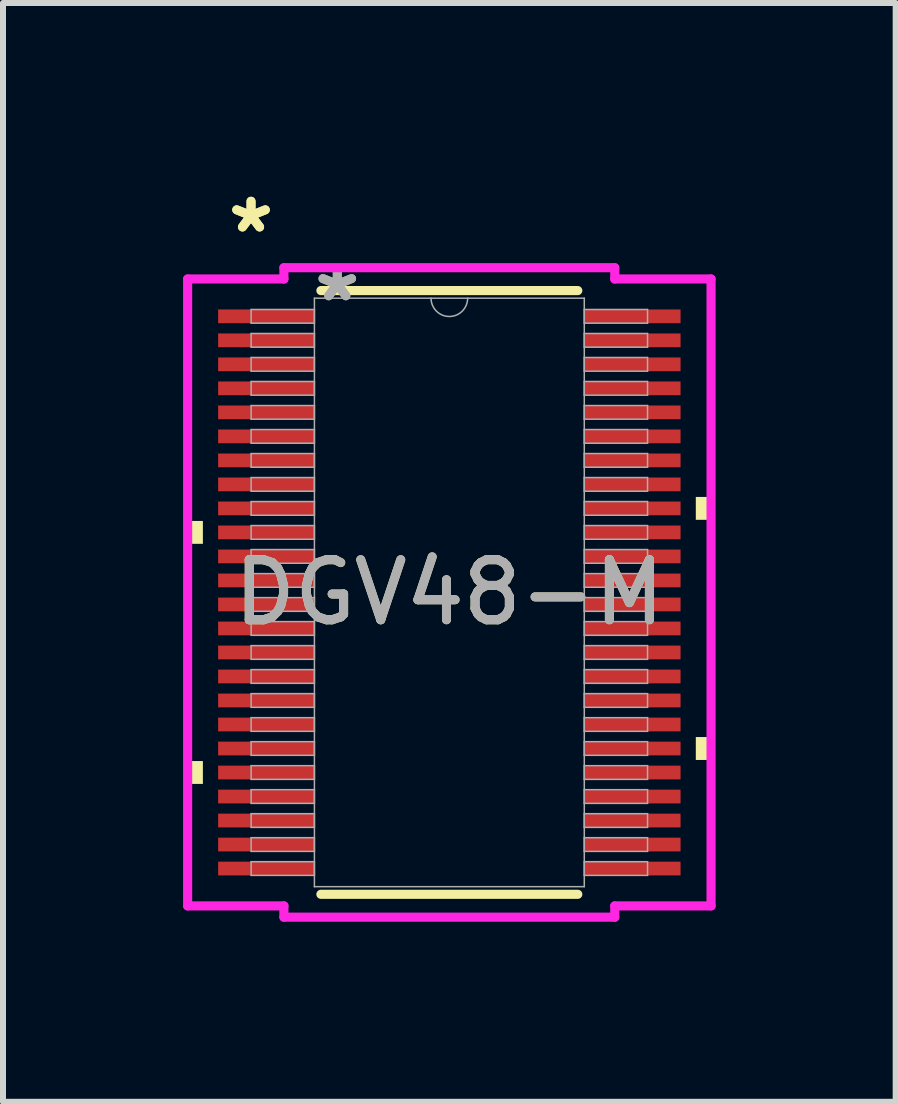
<source format=kicad_pcb>
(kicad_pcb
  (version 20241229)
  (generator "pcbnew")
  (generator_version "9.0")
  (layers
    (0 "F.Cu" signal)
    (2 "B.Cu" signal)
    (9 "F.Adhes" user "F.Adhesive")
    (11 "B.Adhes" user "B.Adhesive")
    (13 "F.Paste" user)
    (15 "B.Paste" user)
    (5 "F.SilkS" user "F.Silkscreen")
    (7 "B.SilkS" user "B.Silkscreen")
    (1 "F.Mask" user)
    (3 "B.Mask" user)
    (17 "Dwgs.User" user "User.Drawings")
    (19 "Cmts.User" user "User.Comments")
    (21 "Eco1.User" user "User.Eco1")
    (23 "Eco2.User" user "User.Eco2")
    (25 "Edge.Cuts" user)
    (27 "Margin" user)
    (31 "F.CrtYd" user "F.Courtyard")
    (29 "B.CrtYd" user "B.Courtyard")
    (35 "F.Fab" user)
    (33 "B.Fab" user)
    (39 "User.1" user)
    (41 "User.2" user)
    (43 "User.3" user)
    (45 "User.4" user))
  (footprint "DGV48-M"
    (layer "F.Cu")
    (at 4.436 6.82)
    (property "Reference" "DGV48-M" (at 0 0 0) (unlocked yes) (layer "F.SilkS") (effects (font (size 1 1) (thickness 0.15))))
    (attr smd)
    (fp_line (start -2.14 5.029) (end 2.14 5.029) (stroke (width 0.152) (type solid)) (layer "F.SilkS"))
    (fp_line (start 2.14 -5.029) (end -2.14 -5.029) (stroke (width 0.152) (type solid)) (layer "F.SilkS"))
    (fp_poly (pts (xy -4.36 -1.191) (xy -4.36 -0.81) (xy -4.106 -0.81) (xy -4.106 -1.191)) (stroke (width 0) (type solid)) (fill yes) (layer "F.SilkS"))
    (fp_poly (pts (xy -4.36 2.809) (xy -4.36 3.19) (xy -4.106 3.19) (xy -4.106 2.809)) (stroke (width 0) (type solid)) (fill yes) (layer "F.SilkS"))
    (fp_poly (pts (xy 4.36 -1.591) (xy 4.36 -1.21) (xy 4.106 -1.21) (xy 4.106 -1.591)) (stroke (width 0) (type solid)) (fill yes) (layer "F.SilkS"))
    (fp_poly (pts (xy 4.36 2.409) (xy 4.36 2.791) (xy 4.106 2.791) (xy 4.106 2.409)) (stroke (width 0) (type solid)) (fill yes) (layer "F.SilkS"))
    (fp_line (start -4.36 -5.222) (end -2.756 -5.222) (stroke (width 0.152) (type solid)) (layer "F.CrtYd"))
    (fp_line (start -4.36 5.222) (end -4.36 -5.222) (stroke (width 0.152) (type solid)) (layer "F.CrtYd"))
    (fp_line (start -4.36 5.222) (end -2.756 5.222) (stroke (width 0.152) (type solid)) (layer "F.CrtYd"))
    (fp_line (start -2.756 -5.41) (end 2.756 -5.41) (stroke (width 0.152) (type solid)) (layer "F.CrtYd"))
    (fp_line (start -2.756 -5.222) (end -2.756 -5.41) (stroke (width 0.152) (type solid)) (layer "F.CrtYd"))
    (fp_line (start -2.756 5.41) (end -2.756 5.222) (stroke (width 0.152) (type solid)) (layer "F.CrtYd"))
    (fp_line (start 2.756 -5.41) (end 2.756 -5.222) (stroke (width 0.152) (type solid)) (layer "F.CrtYd"))
    (fp_line (start 2.756 5.222) (end 2.756 5.41) (stroke (width 0.152) (type solid)) (layer "F.CrtYd"))
    (fp_line (start 2.756 5.41) (end -2.756 5.41) (stroke (width 0.152) (type solid)) (layer "F.CrtYd"))
    (fp_line (start 4.36 -5.222) (end 2.756 -5.222) (stroke (width 0.152) (type solid)) (layer "F.CrtYd"))
    (fp_line (start 4.36 -5.222) (end 4.36 5.222) (stroke (width 0.152) (type solid)) (layer "F.CrtYd"))
    (fp_line (start 4.36 5.222) (end 2.756 5.222) (stroke (width 0.152) (type solid)) (layer "F.CrtYd"))
    (fp_line (start -3.302 -4.714) (end -3.302 -4.486) (stroke (width 0.025) (type solid)) (layer "F.Fab"))
    (fp_line (start -3.302 -4.486) (end -2.248 -4.486) (stroke (width 0.025) (type solid)) (layer "F.Fab"))
    (fp_line (start -3.302 -4.314) (end -3.302 -4.086) (stroke (width 0.025) (type solid)) (layer "F.Fab"))
    (fp_line (start -3.302 -4.086) (end -2.248 -4.086) (stroke (width 0.025) (type solid)) (layer "F.Fab"))
    (fp_line (start -3.302 -3.914) (end -3.302 -3.686) (stroke (width 0.025) (type solid)) (layer "F.Fab"))
    (fp_line (start -3.302 -3.686) (end -2.248 -3.686) (stroke (width 0.025) (type solid)) (layer "F.Fab"))
    (fp_line (start -3.302 -3.514) (end -3.302 -3.286) (stroke (width 0.025) (type solid)) (layer "F.Fab"))
    (fp_line (start -3.302 -3.286) (end -2.248 -3.286) (stroke (width 0.025) (type solid)) (layer "F.Fab"))
    (fp_line (start -3.302 -3.114) (end -3.302 -2.886) (stroke (width 0.025) (type solid)) (layer "F.Fab"))
    (fp_line (start -3.302 -2.886) (end -2.248 -2.886) (stroke (width 0.025) (type solid)) (layer "F.Fab"))
    (fp_line (start -3.302 -2.714) (end -3.302 -2.486) (stroke (width 0.025) (type solid)) (layer "F.Fab"))
    (fp_line (start -3.302 -2.486) (end -2.248 -2.486) (stroke (width 0.025) (type solid)) (layer "F.Fab"))
    (fp_line (start -3.302 -2.314) (end -3.302 -2.086) (stroke (width 0.025) (type solid)) (layer "F.Fab"))
    (fp_line (start -3.302 -2.086) (end -2.248 -2.086) (stroke (width 0.025) (type solid)) (layer "F.Fab"))
    (fp_line (start -3.302 -1.914) (end -3.302 -1.686) (stroke (width 0.025) (type solid)) (layer "F.Fab"))
    (fp_line (start -3.302 -1.686) (end -2.248 -1.686) (stroke (width 0.025) (type solid)) (layer "F.Fab"))
    (fp_line (start -3.302 -1.514) (end -3.302 -1.286) (stroke (width 0.025) (type solid)) (layer "F.Fab"))
    (fp_line (start -3.302 -1.286) (end -2.248 -1.286) (stroke (width 0.025) (type solid)) (layer "F.Fab"))
    (fp_line (start -3.302 -1.114) (end -3.302 -0.886) (stroke (width 0.025) (type solid)) (layer "F.Fab"))
    (fp_line (start -3.302 -0.886) (end -2.248 -0.886) (stroke (width 0.025) (type solid)) (layer "F.Fab"))
    (fp_line (start -3.302 -0.714) (end -3.302 -0.486) (stroke (width 0.025) (type solid)) (layer "F.Fab"))
    (fp_line (start -3.302 -0.486) (end -2.248 -0.486) (stroke (width 0.025) (type solid)) (layer "F.Fab"))
    (fp_line (start -3.302 -0.314) (end -3.302 -0.086) (stroke (width 0.025) (type solid)) (layer "F.Fab"))
    (fp_line (start -3.302 -0.086) (end -2.248 -0.086) (stroke (width 0.025) (type solid)) (layer "F.Fab"))
    (fp_line (start -3.302 0.086) (end -3.302 0.314) (stroke (width 0.025) (type solid)) (layer "F.Fab"))
    (fp_line (start -3.302 0.314) (end -2.248 0.314) (stroke (width 0.025) (type solid)) (layer "F.Fab"))
    (fp_line (start -3.302 0.486) (end -3.302 0.714) (stroke (width 0.025) (type solid)) (layer "F.Fab"))
    (fp_line (start -3.302 0.714) (end -2.248 0.714) (stroke (width 0.025) (type solid)) (layer "F.Fab"))
    (fp_line (start -3.302 0.886) (end -3.302 1.114) (stroke (width 0.025) (type solid)) (layer "F.Fab"))
    (fp_line (start -3.302 1.114) (end -2.248 1.114) (stroke (width 0.025) (type solid)) (layer "F.Fab"))
    (fp_line (start -3.302 1.286) (end -3.302 1.514) (stroke (width 0.025) (type solid)) (layer "F.Fab"))
    (fp_line (start -3.302 1.514) (end -2.248 1.514) (stroke (width 0.025) (type solid)) (layer "F.Fab"))
    (fp_line (start -3.302 1.686) (end -3.302 1.914) (stroke (width 0.025) (type solid)) (layer "F.Fab"))
    (fp_line (start -3.302 1.914) (end -2.248 1.914) (stroke (width 0.025) (type solid)) (layer "F.Fab"))
    (fp_line (start -3.302 2.086) (end -3.302 2.314) (stroke (width 0.025) (type solid)) (layer "F.Fab"))
    (fp_line (start -3.302 2.314) (end -2.248 2.314) (stroke (width 0.025) (type solid)) (layer "F.Fab"))
    (fp_line (start -3.302 2.486) (end -3.302 2.714) (stroke (width 0.025) (type solid)) (layer "F.Fab"))
    (fp_line (start -3.302 2.714) (end -2.248 2.714) (stroke (width 0.025) (type solid)) (layer "F.Fab"))
    (fp_line (start -3.302 2.886) (end -3.302 3.114) (stroke (width 0.025) (type solid)) (layer "F.Fab"))
    (fp_line (start -3.302 3.114) (end -2.248 3.114) (stroke (width 0.025) (type solid)) (layer "F.Fab"))
    (fp_line (start -3.302 3.286) (end -3.302 3.514) (stroke (width 0.025) (type solid)) (layer "F.Fab"))
    (fp_line (start -3.302 3.514) (end -2.248 3.514) (stroke (width 0.025) (type solid)) (layer "F.Fab"))
    (fp_line (start -3.302 3.686) (end -3.302 3.914) (stroke (width 0.025) (type solid)) (layer "F.Fab"))
    (fp_line (start -3.302 3.914) (end -2.248 3.914) (stroke (width 0.025) (type solid)) (layer "F.Fab"))
    (fp_line (start -3.302 4.086) (end -3.302 4.314) (stroke (width 0.025) (type solid)) (layer "F.Fab"))
    (fp_line (start -3.302 4.314) (end -2.248 4.314) (stroke (width 0.025) (type solid)) (layer "F.Fab"))
    (fp_line (start -3.302 4.486) (end -3.302 4.714) (stroke (width 0.025) (type solid)) (layer "F.Fab"))
    (fp_line (start -3.302 4.714) (end -2.248 4.714) (stroke (width 0.025) (type solid)) (layer "F.Fab"))
    (fp_line (start -2.248 -4.902) (end -2.248 4.902) (stroke (width 0.025) (type solid)) (layer "F.Fab"))
    (fp_line (start -2.248 -4.714) (end -3.302 -4.714) (stroke (width 0.025) (type solid)) (layer "F.Fab"))
    (fp_line (start -2.248 -4.486) (end -2.248 -4.714) (stroke (width 0.025) (type solid)) (layer "F.Fab"))
    (fp_line (start -2.248 -4.314) (end -3.302 -4.314) (stroke (width 0.025) (type solid)) (layer "F.Fab"))
    (fp_line (start -2.248 -4.086) (end -2.248 -4.314) (stroke (width 0.025) (type solid)) (layer "F.Fab"))
    (fp_line (start -2.248 -3.914) (end -3.302 -3.914) (stroke (width 0.025) (type solid)) (layer "F.Fab"))
    (fp_line (start -2.248 -3.686) (end -2.248 -3.914) (stroke (width 0.025) (type solid)) (layer "F.Fab"))
    (fp_line (start -2.248 -3.514) (end -3.302 -3.514) (stroke (width 0.025) (type solid)) (layer "F.Fab"))
    (fp_line (start -2.248 -3.286) (end -2.248 -3.514) (stroke (width 0.025) (type solid)) (layer "F.Fab"))
    (fp_line (start -2.248 -3.114) (end -3.302 -3.114) (stroke (width 0.025) (type solid)) (layer "F.Fab"))
    (fp_line (start -2.248 -2.886) (end -2.248 -3.114) (stroke (width 0.025) (type solid)) (layer "F.Fab"))
    (fp_line (start -2.248 -2.714) (end -3.302 -2.714) (stroke (width 0.025) (type solid)) (layer "F.Fab"))
    (fp_line (start -2.248 -2.486) (end -2.248 -2.714) (stroke (width 0.025) (type solid)) (layer "F.Fab"))
    (fp_line (start -2.248 -2.314) (end -3.302 -2.314) (stroke (width 0.025) (type solid)) (layer "F.Fab"))
    (fp_line (start -2.248 -2.086) (end -2.248 -2.314) (stroke (width 0.025) (type solid)) (layer "F.Fab"))
    (fp_line (start -2.248 -1.914) (end -3.302 -1.914) (stroke (width 0.025) (type solid)) (layer "F.Fab"))
    (fp_line (start -2.248 -1.686) (end -2.248 -1.914) (stroke (width 0.025) (type solid)) (layer "F.Fab"))
    (fp_line (start -2.248 -1.514) (end -3.302 -1.514) (stroke (width 0.025) (type solid)) (layer "F.Fab"))
    (fp_line (start -2.248 -1.286) (end -2.248 -1.514) (stroke (width 0.025) (type solid)) (layer "F.Fab"))
    (fp_line (start -2.248 -1.114) (end -3.302 -1.114) (stroke (width 0.025) (type solid)) (layer "F.Fab"))
    (fp_line (start -2.248 -0.886) (end -2.248 -1.114) (stroke (width 0.025) (type solid)) (layer "F.Fab"))
    (fp_line (start -2.248 -0.714) (end -3.302 -0.714) (stroke (width 0.025) (type solid)) (layer "F.Fab"))
    (fp_line (start -2.248 -0.486) (end -2.248 -0.714) (stroke (width 0.025) (type solid)) (layer "F.Fab"))
    (fp_line (start -2.248 -0.314) (end -3.302 -0.314) (stroke (width 0.025) (type solid)) (layer "F.Fab"))
    (fp_line (start -2.248 -0.086) (end -2.248 -0.314) (stroke (width 0.025) (type solid)) (layer "F.Fab"))
    (fp_line (start -2.248 0.086) (end -3.302 0.086) (stroke (width 0.025) (type solid)) (layer "F.Fab"))
    (fp_line (start -2.248 0.314) (end -2.248 0.086) (stroke (width 0.025) (type solid)) (layer "F.Fab"))
    (fp_line (start -2.248 0.486) (end -3.302 0.486) (stroke (width 0.025) (type solid)) (layer "F.Fab"))
    (fp_line (start -2.248 0.714) (end -2.248 0.486) (stroke (width 0.025) (type solid)) (layer "F.Fab"))
    (fp_line (start -2.248 0.886) (end -3.302 0.886) (stroke (width 0.025) (type solid)) (layer "F.Fab"))
    (fp_line (start -2.248 1.114) (end -2.248 0.886) (stroke (width 0.025) (type solid)) (layer "F.Fab"))
    (fp_line (start -2.248 1.286) (end -3.302 1.286) (stroke (width 0.025) (type solid)) (layer "F.Fab"))
    (fp_line (start -2.248 1.514) (end -2.248 1.286) (stroke (width 0.025) (type solid)) (layer "F.Fab"))
    (fp_line (start -2.248 1.686) (end -3.302 1.686) (stroke (width 0.025) (type solid)) (layer "F.Fab"))
    (fp_line (start -2.248 1.914) (end -2.248 1.686) (stroke (width 0.025) (type solid)) (layer "F.Fab"))
    (fp_line (start -2.248 2.086) (end -3.302 2.086) (stroke (width 0.025) (type solid)) (layer "F.Fab"))
    (fp_line (start -2.248 2.314) (end -2.248 2.086) (stroke (width 0.025) (type solid)) (layer "F.Fab"))
    (fp_line (start -2.248 2.486) (end -3.302 2.486) (stroke (width 0.025) (type solid)) (layer "F.Fab"))
    (fp_line (start -2.248 2.714) (end -2.248 2.486) (stroke (width 0.025) (type solid)) (layer "F.Fab"))
    (fp_line (start -2.248 2.886) (end -3.302 2.886) (stroke (width 0.025) (type solid)) (layer "F.Fab"))
    (fp_line (start -2.248 3.114) (end -2.248 2.886) (stroke (width 0.025) (type solid)) (layer "F.Fab"))
    (fp_line (start -2.248 3.286) (end -3.302 3.286) (stroke (width 0.025) (type solid)) (layer "F.Fab"))
    (fp_line (start -2.248 3.514) (end -2.248 3.286) (stroke (width 0.025) (type solid)) (layer "F.Fab"))
    (fp_line (start -2.248 3.686) (end -3.302 3.686) (stroke (width 0.025) (type solid)) (layer "F.Fab"))
    (fp_line (start -2.248 3.914) (end -2.248 3.686) (stroke (width 0.025) (type solid)) (layer "F.Fab"))
    (fp_line (start -2.248 4.086) (end -3.302 4.086) (stroke (width 0.025) (type solid)) (layer "F.Fab"))
    (fp_line (start -2.248 4.314) (end -2.248 4.086) (stroke (width 0.025) (type solid)) (layer "F.Fab"))
    (fp_line (start -2.248 4.486) (end -3.302 4.486) (stroke (width 0.025) (type solid)) (layer "F.Fab"))
    (fp_line (start -2.248 4.714) (end -2.248 4.486) (stroke (width 0.025) (type solid)) (layer "F.Fab"))
    (fp_line (start -2.248 4.902) (end 2.248 4.902) (stroke (width 0.025) (type solid)) (layer "F.Fab"))
    (fp_line (start 2.248 -4.902) (end -2.248 -4.902) (stroke (width 0.025) (type solid)) (layer "F.Fab"))
    (fp_line (start 2.248 -4.714) (end 2.248 -4.486) (stroke (width 0.025) (type solid)) (layer "F.Fab"))
    (fp_line (start 2.248 -4.486) (end 3.302 -4.486) (stroke (width 0.025) (type solid)) (layer "F.Fab"))
    (fp_line (start 2.248 -4.314) (end 2.248 -4.086) (stroke (width 0.025) (type solid)) (layer "F.Fab"))
    (fp_line (start 2.248 -4.086) (end 3.302 -4.086) (stroke (width 0.025) (type solid)) (layer "F.Fab"))
    (fp_line (start 2.248 -3.914) (end 2.248 -3.686) (stroke (width 0.025) (type solid)) (layer "F.Fab"))
    (fp_line (start 2.248 -3.686) (end 3.302 -3.686) (stroke (width 0.025) (type solid)) (layer "F.Fab"))
    (fp_line (start 2.248 -3.514) (end 2.248 -3.286) (stroke (width 0.025) (type solid)) (layer "F.Fab"))
    (fp_line (start 2.248 -3.286) (end 3.302 -3.286) (stroke (width 0.025) (type solid)) (layer "F.Fab"))
    (fp_line (start 2.248 -3.114) (end 2.248 -2.886) (stroke (width 0.025) (type solid)) (layer "F.Fab"))
    (fp_line (start 2.248 -2.886) (end 3.302 -2.886) (stroke (width 0.025) (type solid)) (layer "F.Fab"))
    (fp_line (start 2.248 -2.714) (end 2.248 -2.486) (stroke (width 0.025) (type solid)) (layer "F.Fab"))
    (fp_line (start 2.248 -2.486) (end 3.302 -2.486) (stroke (width 0.025) (type solid)) (layer "F.Fab"))
    (fp_line (start 2.248 -2.314) (end 2.248 -2.086) (stroke (width 0.025) (type solid)) (layer "F.Fab"))
    (fp_line (start 2.248 -2.086) (end 3.302 -2.086) (stroke (width 0.025) (type solid)) (layer "F.Fab"))
    (fp_line (start 2.248 -1.914) (end 2.248 -1.686) (stroke (width 0.025) (type solid)) (layer "F.Fab"))
    (fp_line (start 2.248 -1.686) (end 3.302 -1.686) (stroke (width 0.025) (type solid)) (layer "F.Fab"))
    (fp_line (start 2.248 -1.514) (end 2.248 -1.286) (stroke (width 0.025) (type solid)) (layer "F.Fab"))
    (fp_line (start 2.248 -1.286) (end 3.302 -1.286) (stroke (width 0.025) (type solid)) (layer "F.Fab"))
    (fp_line (start 2.248 -1.114) (end 2.248 -0.886) (stroke (width 0.025) (type solid)) (layer "F.Fab"))
    (fp_line (start 2.248 -0.886) (end 3.302 -0.886) (stroke (width 0.025) (type solid)) (layer "F.Fab"))
    (fp_line (start 2.248 -0.714) (end 2.248 -0.486) (stroke (width 0.025) (type solid)) (layer "F.Fab"))
    (fp_line (start 2.248 -0.486) (end 3.302 -0.486) (stroke (width 0.025) (type solid)) (layer "F.Fab"))
    (fp_line (start 2.248 -0.314) (end 2.248 -0.086) (stroke (width 0.025) (type solid)) (layer "F.Fab"))
    (fp_line (start 2.248 -0.086) (end 3.302 -0.086) (stroke (width 0.025) (type solid)) (layer "F.Fab"))
    (fp_line (start 2.248 0.086) (end 2.248 0.314) (stroke (width 0.025) (type solid)) (layer "F.Fab"))
    (fp_line (start 2.248 0.314) (end 3.302 0.314) (stroke (width 0.025) (type solid)) (layer "F.Fab"))
    (fp_line (start 2.248 0.486) (end 2.248 0.714) (stroke (width 0.025) (type solid)) (layer "F.Fab"))
    (fp_line (start 2.248 0.714) (end 3.302 0.714) (stroke (width 0.025) (type solid)) (layer "F.Fab"))
    (fp_line (start 2.248 0.886) (end 2.248 1.114) (stroke (width 0.025) (type solid)) (layer "F.Fab"))
    (fp_line (start 2.248 1.114) (end 3.302 1.114) (stroke (width 0.025) (type solid)) (layer "F.Fab"))
    (fp_line (start 2.248 1.286) (end 2.248 1.514) (stroke (width 0.025) (type solid)) (layer "F.Fab"))
    (fp_line (start 2.248 1.514) (end 3.302 1.514) (stroke (width 0.025) (type solid)) (layer "F.Fab"))
    (fp_line (start 2.248 1.686) (end 2.248 1.914) (stroke (width 0.025) (type solid)) (layer "F.Fab"))
    (fp_line (start 2.248 1.914) (end 3.302 1.914) (stroke (width 0.025) (type solid)) (layer "F.Fab"))
    (fp_line (start 2.248 2.086) (end 2.248 2.314) (stroke (width 0.025) (type solid)) (layer "F.Fab"))
    (fp_line (start 2.248 2.314) (end 3.302 2.314) (stroke (width 0.025) (type solid)) (layer "F.Fab"))
    (fp_line (start 2.248 2.486) (end 2.248 2.714) (stroke (width 0.025) (type solid)) (layer "F.Fab"))
    (fp_line (start 2.248 2.714) (end 3.302 2.714) (stroke (width 0.025) (type solid)) (layer "F.Fab"))
    (fp_line (start 2.248 2.886) (end 2.248 3.114) (stroke (width 0.025) (type solid)) (layer "F.Fab"))
    (fp_line (start 2.248 3.114) (end 3.302 3.114) (stroke (width 0.025) (type solid)) (layer "F.Fab"))
    (fp_line (start 2.248 3.286) (end 2.248 3.514) (stroke (width 0.025) (type solid)) (layer "F.Fab"))
    (fp_line (start 2.248 3.514) (end 3.302 3.514) (stroke (width 0.025) (type solid)) (layer "F.Fab"))
    (fp_line (start 2.248 3.686) (end 2.248 3.914) (stroke (width 0.025) (type solid)) (layer "F.Fab"))
    (fp_line (start 2.248 3.914) (end 3.302 3.914) (stroke (width 0.025) (type solid)) (layer "F.Fab"))
    (fp_line (start 2.248 4.086) (end 2.248 4.314) (stroke (width 0.025) (type solid)) (layer "F.Fab"))
    (fp_line (start 2.248 4.314) (end 3.302 4.314) (stroke (width 0.025) (type solid)) (layer "F.Fab"))
    (fp_line (start 2.248 4.486) (end 2.248 4.714) (stroke (width 0.025) (type solid)) (layer "F.Fab"))
    (fp_line (start 2.248 4.714) (end 3.302 4.714) (stroke (width 0.025) (type solid)) (layer "F.Fab"))
    (fp_line (start 2.248 4.902) (end 2.248 -4.902) (stroke (width 0.025) (type solid)) (layer "F.Fab"))
    (fp_line (start 3.302 -4.714) (end 2.248 -4.714) (stroke (width 0.025) (type solid)) (layer "F.Fab"))
    (fp_line (start 3.302 -4.486) (end 3.302 -4.714) (stroke (width 0.025) (type solid)) (layer "F.Fab"))
    (fp_line (start 3.302 -4.314) (end 2.248 -4.314) (stroke (width 0.025) (type solid)) (layer "F.Fab"))
    (fp_line (start 3.302 -4.086) (end 3.302 -4.314) (stroke (width 0.025) (type solid)) (layer "F.Fab"))
    (fp_line (start 3.302 -3.914) (end 2.248 -3.914) (stroke (width 0.025) (type solid)) (layer "F.Fab"))
    (fp_line (start 3.302 -3.686) (end 3.302 -3.914) (stroke (width 0.025) (type solid)) (layer "F.Fab"))
    (fp_line (start 3.302 -3.514) (end 2.248 -3.514) (stroke (width 0.025) (type solid)) (layer "F.Fab"))
    (fp_line (start 3.302 -3.286) (end 3.302 -3.514) (stroke (width 0.025) (type solid)) (layer "F.Fab"))
    (fp_line (start 3.302 -3.114) (end 2.248 -3.114) (stroke (width 0.025) (type solid)) (layer "F.Fab"))
    (fp_line (start 3.302 -2.886) (end 3.302 -3.114) (stroke (width 0.025) (type solid)) (layer "F.Fab"))
    (fp_line (start 3.302 -2.714) (end 2.248 -2.714) (stroke (width 0.025) (type solid)) (layer "F.Fab"))
    (fp_line (start 3.302 -2.486) (end 3.302 -2.714) (stroke (width 0.025) (type solid)) (layer "F.Fab"))
    (fp_line (start 3.302 -2.314) (end 2.248 -2.314) (stroke (width 0.025) (type solid)) (layer "F.Fab"))
    (fp_line (start 3.302 -2.086) (end 3.302 -2.314) (stroke (width 0.025) (type solid)) (layer "F.Fab"))
    (fp_line (start 3.302 -1.914) (end 2.248 -1.914) (stroke (width 0.025) (type solid)) (layer "F.Fab"))
    (fp_line (start 3.302 -1.686) (end 3.302 -1.914) (stroke (width 0.025) (type solid)) (layer "F.Fab"))
    (fp_line (start 3.302 -1.514) (end 2.248 -1.514) (stroke (width 0.025) (type solid)) (layer "F.Fab"))
    (fp_line (start 3.302 -1.286) (end 3.302 -1.514) (stroke (width 0.025) (type solid)) (layer "F.Fab"))
    (fp_line (start 3.302 -1.114) (end 2.248 -1.114) (stroke (width 0.025) (type solid)) (layer "F.Fab"))
    (fp_line (start 3.302 -0.886) (end 3.302 -1.114) (stroke (width 0.025) (type solid)) (layer "F.Fab"))
    (fp_line (start 3.302 -0.714) (end 2.248 -0.714) (stroke (width 0.025) (type solid)) (layer "F.Fab"))
    (fp_line (start 3.302 -0.486) (end 3.302 -0.714) (stroke (width 0.025) (type solid)) (layer "F.Fab"))
    (fp_line (start 3.302 -0.314) (end 2.248 -0.314) (stroke (width 0.025) (type solid)) (layer "F.Fab"))
    (fp_line (start 3.302 -0.086) (end 3.302 -0.314) (stroke (width 0.025) (type solid)) (layer "F.Fab"))
    (fp_line (start 3.302 0.086) (end 2.248 0.086) (stroke (width 0.025) (type solid)) (layer "F.Fab"))
    (fp_line (start 3.302 0.314) (end 3.302 0.086) (stroke (width 0.025) (type solid)) (layer "F.Fab"))
    (fp_line (start 3.302 0.486) (end 2.248 0.486) (stroke (width 0.025) (type solid)) (layer "F.Fab"))
    (fp_line (start 3.302 0.714) (end 3.302 0.486) (stroke (width 0.025) (type solid)) (layer "F.Fab"))
    (fp_line (start 3.302 0.886) (end 2.248 0.886) (stroke (width 0.025) (type solid)) (layer "F.Fab"))
    (fp_line (start 3.302 1.114) (end 3.302 0.886) (stroke (width 0.025) (type solid)) (layer "F.Fab"))
    (fp_line (start 3.302 1.286) (end 2.248 1.286) (stroke (width 0.025) (type solid)) (layer "F.Fab"))
    (fp_line (start 3.302 1.514) (end 3.302 1.286) (stroke (width 0.025) (type solid)) (layer "F.Fab"))
    (fp_line (start 3.302 1.686) (end 2.248 1.686) (stroke (width 0.025) (type solid)) (layer "F.Fab"))
    (fp_line (start 3.302 1.914) (end 3.302 1.686) (stroke (width 0.025) (type solid)) (layer "F.Fab"))
    (fp_line (start 3.302 2.086) (end 2.248 2.086) (stroke (width 0.025) (type solid)) (layer "F.Fab"))
    (fp_line (start 3.302 2.314) (end 3.302 2.086) (stroke (width 0.025) (type solid)) (layer "F.Fab"))
    (fp_line (start 3.302 2.486) (end 2.248 2.486) (stroke (width 0.025) (type solid)) (layer "F.Fab"))
    (fp_line (start 3.302 2.714) (end 3.302 2.486) (stroke (width 0.025) (type solid)) (layer "F.Fab"))
    (fp_line (start 3.302 2.886) (end 2.248 2.886) (stroke (width 0.025) (type solid)) (layer "F.Fab"))
    (fp_line (start 3.302 3.114) (end 3.302 2.886) (stroke (width 0.025) (type solid)) (layer "F.Fab"))
    (fp_line (start 3.302 3.286) (end 2.248 3.286) (stroke (width 0.025) (type solid)) (layer "F.Fab"))
    (fp_line (start 3.302 3.514) (end 3.302 3.286) (stroke (width 0.025) (type solid)) (layer "F.Fab"))
    (fp_line (start 3.302 3.686) (end 2.248 3.686) (stroke (width 0.025) (type solid)) (layer "F.Fab"))
    (fp_line (start 3.302 3.914) (end 3.302 3.686) (stroke (width 0.025) (type solid)) (layer "F.Fab"))
    (fp_line (start 3.302 4.086) (end 2.248 4.086) (stroke (width 0.025) (type solid)) (layer "F.Fab"))
    (fp_line (start 3.302 4.314) (end 3.302 4.086) (stroke (width 0.025) (type solid)) (layer "F.Fab"))
    (fp_line (start 3.302 4.486) (end 2.248 4.486) (stroke (width 0.025) (type solid)) (layer "F.Fab"))
    (fp_line (start 3.302 4.714) (end 3.302 4.486) (stroke (width 0.025) (type solid)) (layer "F.Fab"))
    (fp_arc (start 0.3048 -4.9022) (mid 0 -4.5974) (end -0.3048 -4.9022) (stroke (width 0.0254) (type solid)) (layer "F.Fab"))
    (fp_text user "*" (at -3.304 -5.972 0) (unlocked yes) (layer "F.SilkS") (effects (font (size 1 1) (thickness 0.15))))
    (fp_text user "*" (at -3.304 -5.972 0) (layer "F.SilkS") (effects (font (size 1 1) (thickness 0.15))))
    (fp_text user "${REFERENCE}" (at 0 0 0) (unlocked yes) (layer "F.Fab") (effects (font (size 1 1) (thickness 0.15))))
    (fp_text user "*" (at -1.867 -4.826 0) (layer "F.Fab") (effects (font (size 1 1) (thickness 0.15))))
    (fp_text user "*" (at -1.867 -4.826 0) (unlocked yes) (layer "F.Fab") (effects (font (size 1 1) (thickness 0.15))))
    (pad "1" smd rect (at -3.05 -4.6) (size 1.604 0.229) (layers "F.Cu" "F.Mask" "F.Paste"))
    (pad "2" smd rect (at -3.05 -4.2) (size 1.604 0.229) (layers "F.Cu" "F.Mask" "F.Paste"))
    (pad "3" smd rect (at -3.05 -3.8) (size 1.604 0.229) (layers "F.Cu" "F.Mask" "F.Paste"))
    (pad "4" smd rect (at -3.05 -3.4) (size 1.604 0.229) (layers "F.Cu" "F.Mask" "F.Paste"))
    (pad "5" smd rect (at -3.05 -3) (size 1.604 0.229) (layers "F.Cu" "F.Mask" "F.Paste"))
    (pad "6" smd rect (at -3.05 -2.6) (size 1.604 0.229) (layers "F.Cu" "F.Mask" "F.Paste"))
    (pad "7" smd rect (at -3.05 -2.2) (size 1.604 0.229) (layers "F.Cu" "F.Mask" "F.Paste"))
    (pad "8" smd rect (at -3.05 -1.8) (size 1.604 0.229) (layers "F.Cu" "F.Mask" "F.Paste"))
    (pad "9" smd rect (at -3.05 -1.4) (size 1.604 0.229) (layers "F.Cu" "F.Mask" "F.Paste"))
    (pad "10" smd rect (at -3.05 -1) (size 1.604 0.229) (layers "F.Cu" "F.Mask" "F.Paste"))
    (pad "11" smd rect (at -3.05 -0.6) (size 1.604 0.229) (layers "F.Cu" "F.Mask" "F.Paste"))
    (pad "12" smd rect (at -3.05 -0.2) (size 1.604 0.229) (layers "F.Cu" "F.Mask" "F.Paste"))
    (pad "13" smd rect (at -3.05 0.2) (size 1.604 0.229) (layers "F.Cu" "F.Mask" "F.Paste"))
    (pad "14" smd rect (at -3.05 0.6) (size 1.604 0.229) (layers "F.Cu" "F.Mask" "F.Paste"))
    (pad "15" smd rect (at -3.05 1) (size 1.604 0.229) (layers "F.Cu" "F.Mask" "F.Paste"))
    (pad "16" smd rect (at -3.05 1.4) (size 1.604 0.229) (layers "F.Cu" "F.Mask" "F.Paste"))
    (pad "17" smd rect (at -3.05 1.8) (size 1.604 0.229) (layers "F.Cu" "F.Mask" "F.Paste"))
    (pad "18" smd rect (at -3.05 2.2) (size 1.604 0.229) (layers "F.Cu" "F.Mask" "F.Paste"))
    (pad "19" smd rect (at -3.05 2.6) (size 1.604 0.229) (layers "F.Cu" "F.Mask" "F.Paste"))
    (pad "20" smd rect (at -3.05 3) (size 1.604 0.229) (layers "F.Cu" "F.Mask" "F.Paste"))
    (pad "21" smd rect (at -3.05 3.4) (size 1.604 0.229) (layers "F.Cu" "F.Mask" "F.Paste"))
    (pad "22" smd rect (at -3.05 3.8) (size 1.604 0.229) (layers "F.Cu" "F.Mask" "F.Paste"))
    (pad "23" smd rect (at -3.05 4.2) (size 1.604 0.229) (layers "F.Cu" "F.Mask" "F.Paste"))
    (pad "24" smd rect (at -3.05 4.6) (size 1.604 0.229) (layers "F.Cu" "F.Mask" "F.Paste"))
    (pad "25" smd rect (at 3.05 4.6) (size 1.604 0.229) (layers "F.Cu" "F.Mask" "F.Paste"))
    (pad "26" smd rect (at 3.05 4.2) (size 1.604 0.229) (layers "F.Cu" "F.Mask" "F.Paste"))
    (pad "27" smd rect (at 3.05 3.8) (size 1.604 0.229) (layers "F.Cu" "F.Mask" "F.Paste"))
    (pad "28" smd rect (at 3.05 3.4) (size 1.604 0.229) (layers "F.Cu" "F.Mask" "F.Paste"))
    (pad "29" smd rect (at 3.05 3) (size 1.604 0.229) (layers "F.Cu" "F.Mask" "F.Paste"))
    (pad "30" smd rect (at 3.05 2.6) (size 1.604 0.229) (layers "F.Cu" "F.Mask" "F.Paste"))
    (pad "31" smd rect (at 3.05 2.2) (size 1.604 0.229) (layers "F.Cu" "F.Mask" "F.Paste"))
    (pad "32" smd rect (at 3.05 1.8) (size 1.604 0.229) (layers "F.Cu" "F.Mask" "F.Paste"))
    (pad "33" smd rect (at 3.05 1.4) (size 1.604 0.229) (layers "F.Cu" "F.Mask" "F.Paste"))
    (pad "34" smd rect (at 3.05 1) (size 1.604 0.229) (layers "F.Cu" "F.Mask" "F.Paste"))
    (pad "35" smd rect (at 3.05 0.6) (size 1.604 0.229) (layers "F.Cu" "F.Mask" "F.Paste"))
    (pad "36" smd rect (at 3.05 0.2) (size 1.604 0.229) (layers "F.Cu" "F.Mask" "F.Paste"))
    (pad "37" smd rect (at 3.05 -0.2) (size 1.604 0.229) (layers "F.Cu" "F.Mask" "F.Paste"))
    (pad "38" smd rect (at 3.05 -0.6) (size 1.604 0.229) (layers "F.Cu" "F.Mask" "F.Paste"))
    (pad "39" smd rect (at 3.05 -1) (size 1.604 0.229) (layers "F.Cu" "F.Mask" "F.Paste"))
    (pad "40" smd rect (at 3.05 -1.4) (size 1.604 0.229) (layers "F.Cu" "F.Mask" "F.Paste"))
    (pad "41" smd rect (at 3.05 -1.8) (size 1.604 0.229) (layers "F.Cu" "F.Mask" "F.Paste"))
    (pad "42" smd rect (at 3.05 -2.2) (size 1.604 0.229) (layers "F.Cu" "F.Mask" "F.Paste"))
    (pad "43" smd rect (at 3.05 -2.6) (size 1.604 0.229) (layers "F.Cu" "F.Mask" "F.Paste"))
    (pad "44" smd rect (at 3.05 -3) (size 1.604 0.229) (layers "F.Cu" "F.Mask" "F.Paste"))
    (pad "45" smd rect (at 3.05 -3.4) (size 1.604 0.229) (layers "F.Cu" "F.Mask" "F.Paste"))
    (pad "46" smd rect (at 3.05 -3.8) (size 1.604 0.229) (layers "F.Cu" "F.Mask" "F.Paste"))
    (pad "47" smd rect (at 3.05 -4.2) (size 1.604 0.229) (layers "F.Cu" "F.Mask" "F.Paste"))
    (pad "48" smd rect (at 3.05 -4.6) (size 1.604 0.229) (layers "F.Cu" "F.Mask" "F.Paste")))
  (gr_rect
    (start -3 -3)
    (end 11.872 15.306)
    (stroke (width 0.1) (type default))
    (fill no)
    (layer "Edge.Cuts")))
</source>
